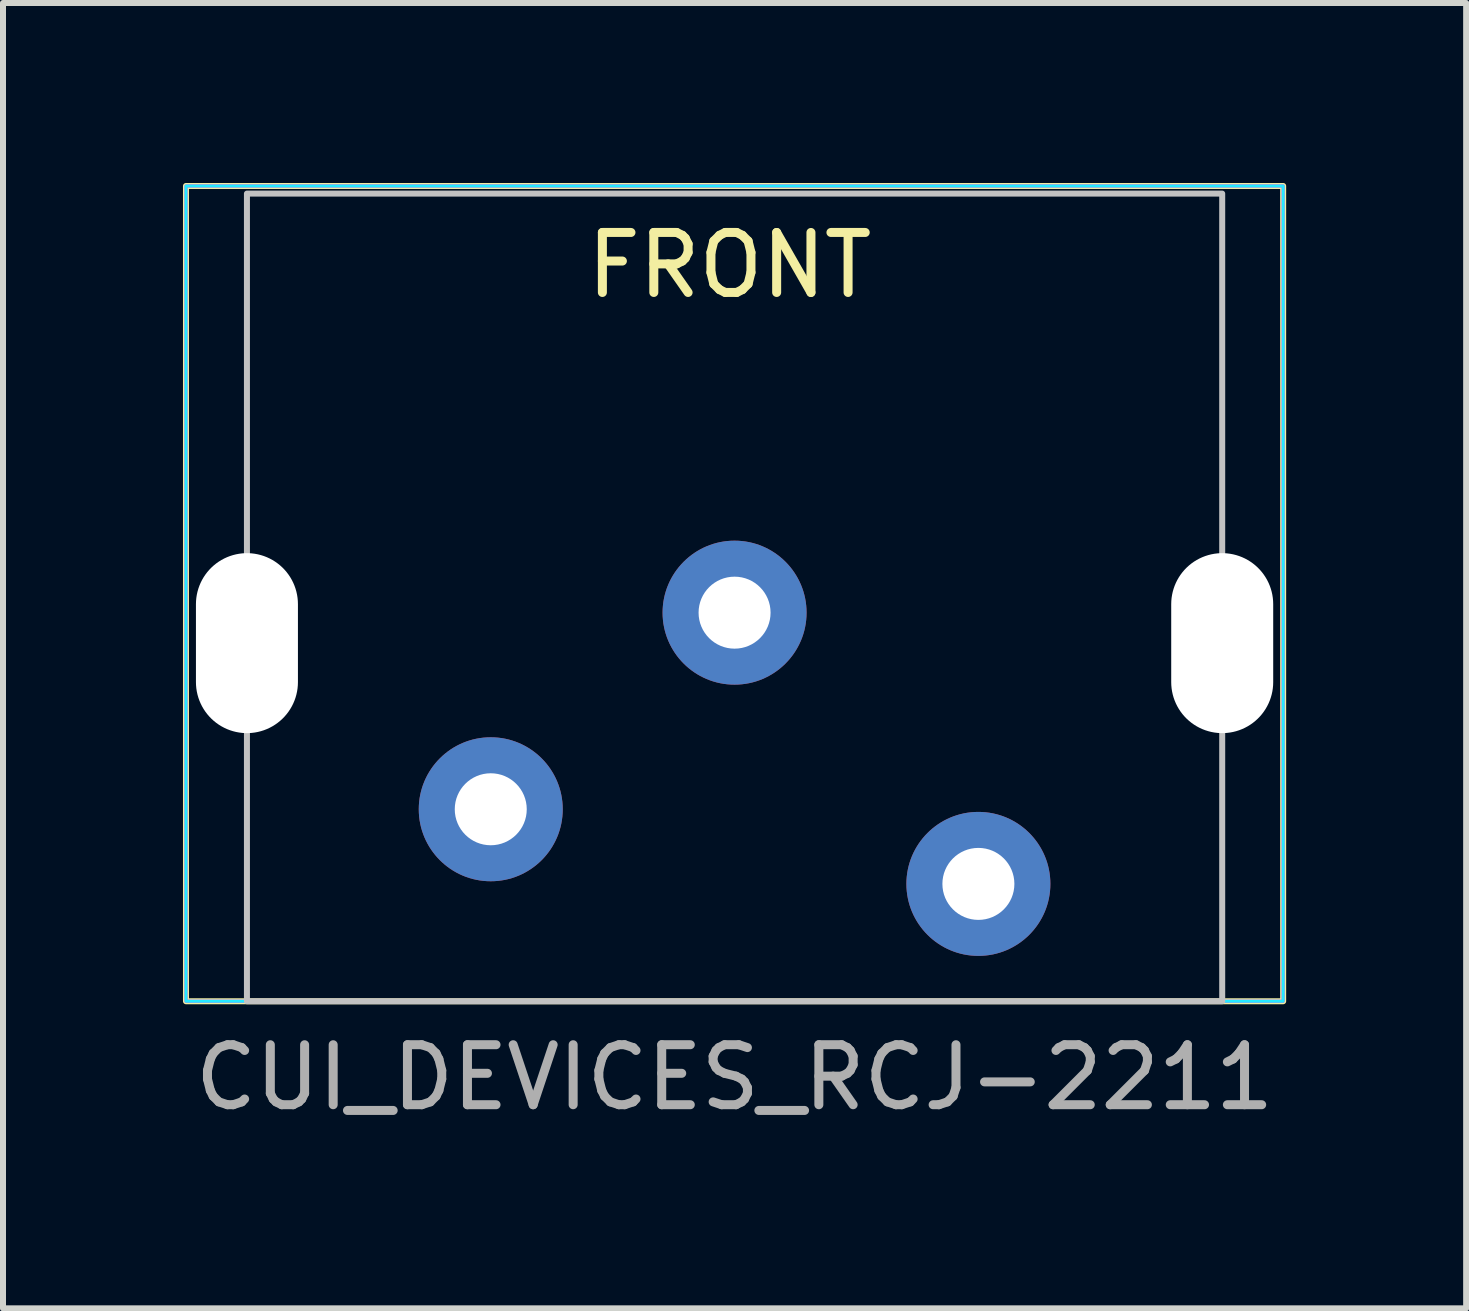
<source format=kicad_pcb>
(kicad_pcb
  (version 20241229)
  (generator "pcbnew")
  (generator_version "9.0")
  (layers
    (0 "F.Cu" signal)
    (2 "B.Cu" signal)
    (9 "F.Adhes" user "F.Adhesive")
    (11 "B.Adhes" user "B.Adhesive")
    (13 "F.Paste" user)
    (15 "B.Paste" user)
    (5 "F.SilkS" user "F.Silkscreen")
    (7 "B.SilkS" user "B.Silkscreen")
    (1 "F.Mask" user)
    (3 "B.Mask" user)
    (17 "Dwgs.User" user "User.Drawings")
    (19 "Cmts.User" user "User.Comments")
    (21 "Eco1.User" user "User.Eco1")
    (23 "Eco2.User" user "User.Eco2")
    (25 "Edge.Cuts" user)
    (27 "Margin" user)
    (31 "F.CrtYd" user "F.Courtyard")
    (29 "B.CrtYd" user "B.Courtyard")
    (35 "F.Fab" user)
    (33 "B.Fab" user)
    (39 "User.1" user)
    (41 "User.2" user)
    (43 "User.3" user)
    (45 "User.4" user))
  (footprint "CUI_DEVICES_RCJ-2211"
    (layer "F.Cu")
    (at 9.194 6.019)
    (property "Reference" "CUI_DEVICES_RCJ-2211" (at 0 8.89 0) (unlocked yes) (layer "F.SilkS") (effects (font (size 1 1) (thickness 0.1))))
    (attr smd)
    (fp_rect (start -9.144 -5.969) (end 9.144 7.62) (stroke (width 0.1) (type default)) (fill no) (layer "F.SilkS"))
    (fp_rect (start -8.128 -5.842) (end 8.128 7.62) (stroke (width 0.1) (type default)) (fill no) (layer "Dwgs.User"))
    (fp_rect (start 9.144 7.62) (end -9.144 -5.969) (stroke (width 0.05) (type default)) (fill no) (layer "B.CrtYd"))
    (fp_rect (start -9.144 -5.969) (end 9.144 7.62) (stroke (width 0.05) (type default)) (fill no) (layer "F.CrtYd"))
    (fp_text user "FRONT" (at -2.54 -4.064 0) (unlocked yes) (layer "F.SilkS") (effects (font (size 1 1) (thickness 0.15)) (justify left bottom)))
    (fp_text user "${REFERENCE}" (at 0 8.89 0) (unlocked yes) (layer "F.Fab") (effects (font (size 1 1) (thickness 0.15))))
    (pad "" np_thru_hole oval (at -8.128 1.651) (size 1.7 3) (drill oval 1.7 3) (layers "*.Cu" "*.Mask"))
    (pad "" np_thru_hole oval (at 8.128 1.651) (size 1.7 3) (drill oval 1.7 3) (layers "*.Cu" "*.Mask"))
    (pad "1" thru_hole circle (at 0 1.143) (size 2.4 2.4) (drill 1.2) (layers "*.Cu" "*.Mask"))
    (pad "2" thru_hole circle (at -4.064 4.42) (size 2.4 2.4) (drill 1.2) (layers "*.Cu" "*.Mask"))
    (pad "3" thru_hole circle (at 4.064 5.664) (size 2.4 2.4) (drill 1.2) (layers "*.Cu" "*.Mask")))
  (gr_rect
    (start -3 -3)
    (end 21.388 18.757)
    (stroke (width 0.1) (type default))
    (fill no)
    (layer "Edge.Cuts")))
</source>
